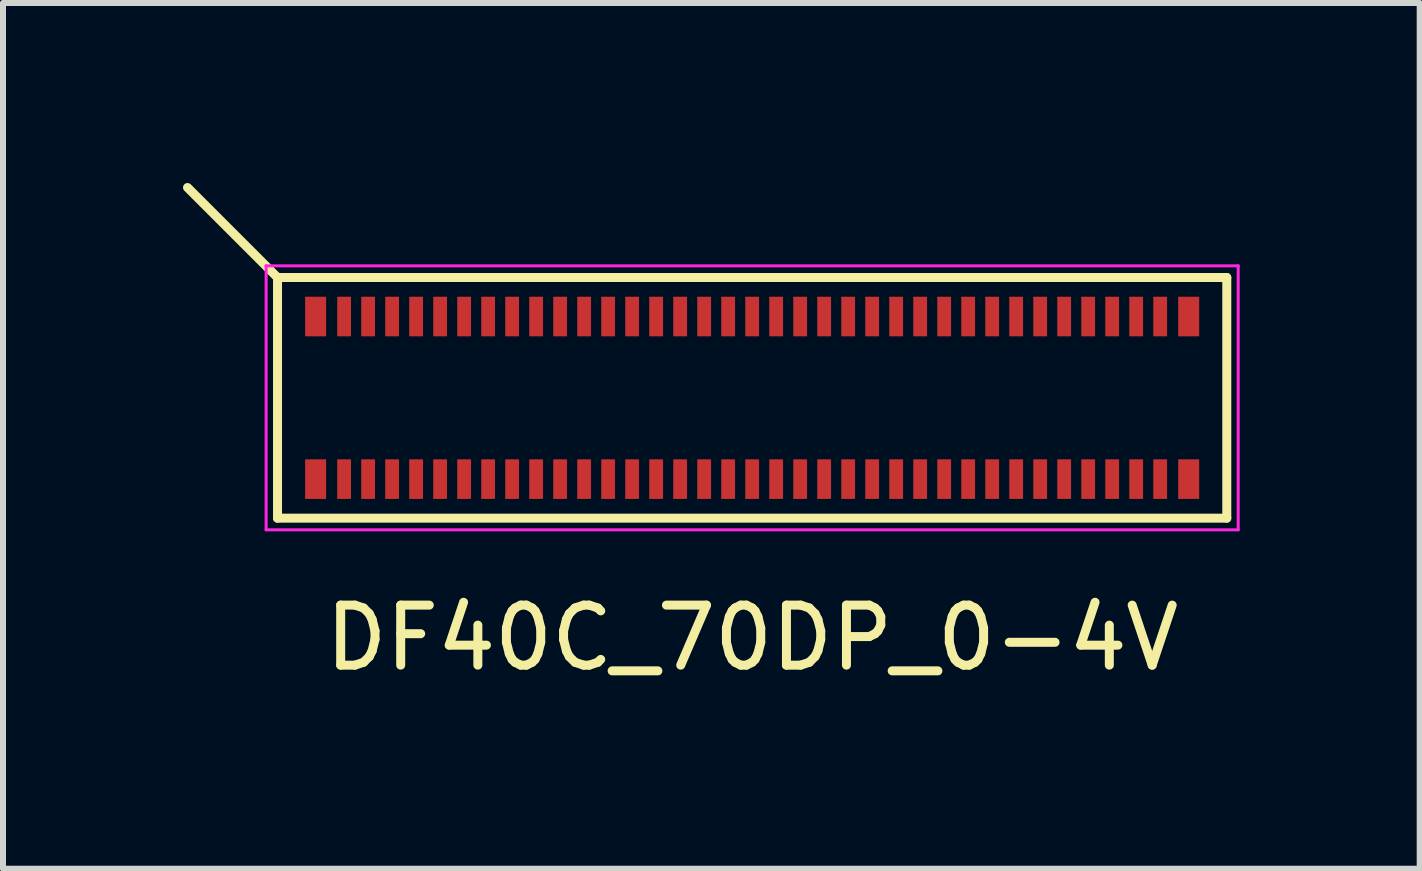
<source format=kicad_pcb>
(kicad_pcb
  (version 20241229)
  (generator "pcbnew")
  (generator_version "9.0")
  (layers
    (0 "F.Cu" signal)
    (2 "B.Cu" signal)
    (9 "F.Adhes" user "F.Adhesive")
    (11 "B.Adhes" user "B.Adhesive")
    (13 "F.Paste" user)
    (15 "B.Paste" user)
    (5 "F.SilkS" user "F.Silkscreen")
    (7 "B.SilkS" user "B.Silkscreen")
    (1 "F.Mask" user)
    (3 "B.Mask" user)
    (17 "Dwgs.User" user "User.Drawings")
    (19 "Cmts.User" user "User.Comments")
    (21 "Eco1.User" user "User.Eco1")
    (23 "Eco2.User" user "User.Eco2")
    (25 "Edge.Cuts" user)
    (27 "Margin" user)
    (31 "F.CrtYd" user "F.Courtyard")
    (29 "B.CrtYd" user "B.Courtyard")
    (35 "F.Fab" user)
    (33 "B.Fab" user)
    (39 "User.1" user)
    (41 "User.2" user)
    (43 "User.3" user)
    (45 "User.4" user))
  (footprint "DF40C_70DP_0-4V"
    (layer "F.Cu")
    (at 9.485 3.58)
    (property "Reference" "DF40C_70DP_0-4V" (at 0 4 0) (layer "F.SilkS") (effects (font (size 1 1) (thickness 0.15))))
    (attr smd)
    (fp_line (start -7.91 -2.005) (end -9.41 -3.505) (stroke (width 0.15) (type solid)) (layer "F.SilkS"))
    (fp_line (start -7.91 -2.005) (end -7.91 2.005) (stroke (width 0.15) (type solid)) (layer "F.SilkS"))
    (fp_line (start -7.91 -2.005) (end 7.91 -2.005) (stroke (width 0.15) (type solid)) (layer "F.SilkS"))
    (fp_line (start 7.91 2.005) (end -7.91 2.005) (stroke (width 0.15) (type solid)) (layer "F.SilkS"))
    (fp_line (start 7.91 2.005) (end 7.91 -2.005) (stroke (width 0.15) (type solid)) (layer "F.SilkS"))
    (fp_line (start -8.1 -2.2) (end -8.1 2.2) (stroke (width 0.05) (type solid)) (layer "F.CrtYd"))
    (fp_line (start -8.1 -2.2) (end 8.1 -2.2) (stroke (width 0.05) (type solid)) (layer "F.CrtYd"))
    (fp_line (start 8.1 2.2) (end -8.1 2.2) (stroke (width 0.05) (type solid)) (layer "F.CrtYd"))
    (fp_line (start 8.1 2.2) (end 8.1 -2.2) (stroke (width 0.05) (type solid)) (layer "F.CrtYd"))
    (pad "1" smd rect (at -6.8 1.355) (size 0.23 0.66) (layers "F.Cu" "F.Mask" "F.Paste"))
    (pad "2" smd rect (at -6.8 -1.355) (size 0.23 0.66) (layers "F.Cu" "F.Mask" "F.Paste"))
    (pad "3" smd rect (at -6.4 1.355) (size 0.23 0.66) (layers "F.Cu" "F.Mask" "F.Paste"))
    (pad "4" smd rect (at -6.4 -1.355) (size 0.23 0.66) (layers "F.Cu" "F.Mask" "F.Paste"))
    (pad "5" smd rect (at -6 1.355) (size 0.23 0.66) (layers "F.Cu" "F.Mask" "F.Paste"))
    (pad "6" smd rect (at -6 -1.355) (size 0.23 0.66) (layers "F.Cu" "F.Mask" "F.Paste"))
    (pad "7" smd rect (at -5.6 1.355) (size 0.23 0.66) (layers "F.Cu" "F.Mask" "F.Paste"))
    (pad "8" smd rect (at -5.6 -1.355) (size 0.23 0.66) (layers "F.Cu" "F.Mask" "F.Paste"))
    (pad "9" smd rect (at -5.2 1.355) (size 0.23 0.66) (layers "F.Cu" "F.Mask" "F.Paste"))
    (pad "10" smd rect (at -5.2 -1.355) (size 0.23 0.66) (layers "F.Cu" "F.Mask" "F.Paste"))
    (pad "11" smd rect (at -4.8 1.355) (size 0.23 0.66) (layers "F.Cu" "F.Mask" "F.Paste"))
    (pad "12" smd rect (at -4.8 -1.355) (size 0.23 0.66) (layers "F.Cu" "F.Mask" "F.Paste"))
    (pad "13" smd rect (at -4.4 1.355) (size 0.23 0.66) (layers "F.Cu" "F.Mask" "F.Paste"))
    (pad "14" smd rect (at -4.4 -1.355) (size 0.23 0.66) (layers "F.Cu" "F.Mask" "F.Paste"))
    (pad "15" smd rect (at -4 1.355) (size 0.23 0.66) (layers "F.Cu" "F.Mask" "F.Paste"))
    (pad "16" smd rect (at -4 -1.355) (size 0.23 0.66) (layers "F.Cu" "F.Mask" "F.Paste"))
    (pad "17" smd rect (at -3.6 1.355) (size 0.23 0.66) (layers "F.Cu" "F.Mask" "F.Paste"))
    (pad "18" smd rect (at -3.6 -1.355) (size 0.23 0.66) (layers "F.Cu" "F.Mask" "F.Paste"))
    (pad "19" smd rect (at -3.2 1.355) (size 0.23 0.66) (layers "F.Cu" "F.Mask" "F.Paste"))
    (pad "20" smd rect (at -3.2 -1.355) (size 0.23 0.66) (layers "F.Cu" "F.Mask" "F.Paste"))
    (pad "21" smd rect (at -2.8 1.355) (size 0.23 0.66) (layers "F.Cu" "F.Mask" "F.Paste"))
    (pad "22" smd rect (at -2.8 -1.355) (size 0.23 0.66) (layers "F.Cu" "F.Mask" "F.Paste"))
    (pad "23" smd rect (at -2.4 1.355) (size 0.23 0.66) (layers "F.Cu" "F.Mask" "F.Paste"))
    (pad "24" smd rect (at -2.4 -1.355) (size 0.23 0.66) (layers "F.Cu" "F.Mask" "F.Paste"))
    (pad "25" smd rect (at -2 1.355) (size 0.23 0.66) (layers "F.Cu" "F.Mask" "F.Paste"))
    (pad "26" smd rect (at -2 -1.355) (size 0.23 0.66) (layers "F.Cu" "F.Mask" "F.Paste"))
    (pad "27" smd rect (at -1.6 1.355) (size 0.23 0.66) (layers "F.Cu" "F.Mask" "F.Paste"))
    (pad "28" smd rect (at -1.6 -1.355) (size 0.23 0.66) (layers "F.Cu" "F.Mask" "F.Paste"))
    (pad "29" smd rect (at -1.2 1.355) (size 0.23 0.66) (layers "F.Cu" "F.Mask" "F.Paste"))
    (pad "30" smd rect (at -1.2 -1.355) (size 0.23 0.66) (layers "F.Cu" "F.Mask" "F.Paste"))
    (pad "31" smd rect (at -0.8 1.355) (size 0.23 0.66) (layers "F.Cu" "F.Mask" "F.Paste"))
    (pad "32" smd rect (at -0.8 -1.355) (size 0.23 0.66) (layers "F.Cu" "F.Mask" "F.Paste"))
    (pad "33" smd rect (at -0.4 1.355) (size 0.23 0.66) (layers "F.Cu" "F.Mask" "F.Paste"))
    (pad "34" smd rect (at -0.4 -1.355) (size 0.23 0.66) (layers "F.Cu" "F.Mask" "F.Paste"))
    (pad "35" smd rect (at 0 1.355) (size 0.23 0.66) (layers "F.Cu" "F.Mask" "F.Paste"))
    (pad "36" smd rect (at 0 -1.355) (size 0.23 0.66) (layers "F.Cu" "F.Mask" "F.Paste"))
    (pad "37" smd rect (at 0.4 1.355) (size 0.23 0.66) (layers "F.Cu" "F.Mask" "F.Paste"))
    (pad "38" smd rect (at 0.4 -1.355) (size 0.23 0.66) (layers "F.Cu" "F.Mask" "F.Paste"))
    (pad "39" smd rect (at 0.8 1.355) (size 0.23 0.66) (layers "F.Cu" "F.Mask" "F.Paste"))
    (pad "40" smd rect (at 0.8 -1.355) (size 0.23 0.66) (layers "F.Cu" "F.Mask" "F.Paste"))
    (pad "41" smd rect (at 1.2 1.355) (size 0.23 0.66) (layers "F.Cu" "F.Mask" "F.Paste"))
    (pad "42" smd rect (at 1.2 -1.355) (size 0.23 0.66) (layers "F.Cu" "F.Mask" "F.Paste"))
    (pad "43" smd rect (at 1.6 1.355) (size 0.23 0.66) (layers "F.Cu" "F.Mask" "F.Paste"))
    (pad "44" smd rect (at 1.6 -1.355) (size 0.23 0.66) (layers "F.Cu" "F.Mask" "F.Paste"))
    (pad "45" smd rect (at 2 1.355) (size 0.23 0.66) (layers "F.Cu" "F.Mask" "F.Paste"))
    (pad "46" smd rect (at 2 -1.355) (size 0.23 0.66) (layers "F.Cu" "F.Mask" "F.Paste"))
    (pad "47" smd rect (at 2.4 1.355) (size 0.23 0.66) (layers "F.Cu" "F.Mask" "F.Paste"))
    (pad "48" smd rect (at 2.4 -1.355) (size 0.23 0.66) (layers "F.Cu" "F.Mask" "F.Paste"))
    (pad "49" smd rect (at 2.8 1.355) (size 0.23 0.66) (layers "F.Cu" "F.Mask" "F.Paste"))
    (pad "50" smd rect (at 2.8 -1.355) (size 0.23 0.66) (layers "F.Cu" "F.Mask" "F.Paste"))
    (pad "51" smd rect (at 3.2 1.355) (size 0.23 0.66) (layers "F.Cu" "F.Mask" "F.Paste"))
    (pad "52" smd rect (at 3.2 -1.355) (size 0.23 0.66) (layers "F.Cu" "F.Mask" "F.Paste"))
    (pad "53" smd rect (at 3.6 1.355) (size 0.23 0.66) (layers "F.Cu" "F.Mask" "F.Paste"))
    (pad "54" smd rect (at 3.6 -1.355) (size 0.23 0.66) (layers "F.Cu" "F.Mask" "F.Paste"))
    (pad "55" smd rect (at 4 1.355) (size 0.23 0.66) (layers "F.Cu" "F.Mask" "F.Paste"))
    (pad "56" smd rect (at 4 -1.355) (size 0.23 0.66) (layers "F.Cu" "F.Mask" "F.Paste"))
    (pad "57" smd rect (at 4.4 1.355) (size 0.23 0.66) (layers "F.Cu" "F.Mask" "F.Paste"))
    (pad "58" smd rect (at 4.4 -1.355) (size 0.23 0.66) (layers "F.Cu" "F.Mask" "F.Paste"))
    (pad "59" smd rect (at 4.8 1.355) (size 0.23 0.66) (layers "F.Cu" "F.Mask" "F.Paste"))
    (pad "60" smd rect (at 4.8 -1.355) (size 0.23 0.66) (layers "F.Cu" "F.Mask" "F.Paste"))
    (pad "61" smd rect (at 5.2 1.355) (size 0.23 0.66) (layers "F.Cu" "F.Mask" "F.Paste"))
    (pad "62" smd rect (at 5.2 -1.355) (size 0.23 0.66) (layers "F.Cu" "F.Mask" "F.Paste"))
    (pad "63" smd rect (at 5.6 1.355) (size 0.23 0.66) (layers "F.Cu" "F.Mask" "F.Paste"))
    (pad "64" smd rect (at 5.6 -1.355) (size 0.23 0.66) (layers "F.Cu" "F.Mask" "F.Paste"))
    (pad "65" smd rect (at 6 1.355) (size 0.23 0.66) (layers "F.Cu" "F.Mask" "F.Paste"))
    (pad "66" smd rect (at 6 -1.355) (size 0.23 0.66) (layers "F.Cu" "F.Mask" "F.Paste"))
    (pad "67" smd rect (at 6.4 1.355) (size 0.23 0.66) (layers "F.Cu" "F.Mask" "F.Paste"))
    (pad "68" smd rect (at 6.4 -1.355) (size 0.23 0.66) (layers "F.Cu" "F.Mask" "F.Paste"))
    (pad "69" smd rect (at 6.8 1.355) (size 0.23 0.66) (layers "F.Cu" "F.Mask" "F.Paste"))
    (pad "70" smd rect (at 6.8 -1.355) (size 0.23 0.66) (layers "F.Cu" "F.Mask" "F.Paste"))
    (pad "GND" smd rect (at -7.275 -1.355) (size 0.35 0.66) (layers "F.Cu" "F.Mask" "F.Paste"))
    (pad "GND" smd rect (at -7.275 1.355) (size 0.35 0.66) (layers "F.Cu" "F.Mask" "F.Paste"))
    (pad "GND" smd rect (at 7.275 -1.355) (size 0.35 0.66) (layers "F.Cu" "F.Mask" "F.Paste"))
    (pad "GND" smd rect (at 7.275 1.355) (size 0.35 0.66) (layers "F.Cu" "F.Mask" "F.Paste")))
  (gr_rect
    (start -3 -3)
    (end 20.61 11.428)
    (stroke (width 0.1) (type default))
    (fill no)
    (layer "Edge.Cuts")))
</source>
